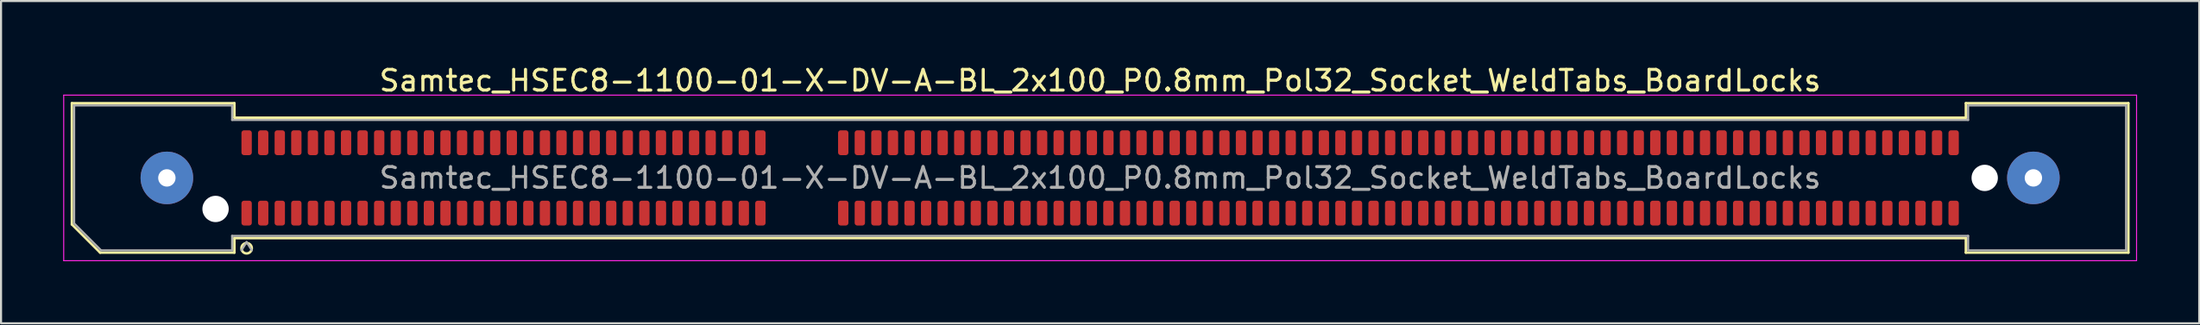
<source format=kicad_pcb>
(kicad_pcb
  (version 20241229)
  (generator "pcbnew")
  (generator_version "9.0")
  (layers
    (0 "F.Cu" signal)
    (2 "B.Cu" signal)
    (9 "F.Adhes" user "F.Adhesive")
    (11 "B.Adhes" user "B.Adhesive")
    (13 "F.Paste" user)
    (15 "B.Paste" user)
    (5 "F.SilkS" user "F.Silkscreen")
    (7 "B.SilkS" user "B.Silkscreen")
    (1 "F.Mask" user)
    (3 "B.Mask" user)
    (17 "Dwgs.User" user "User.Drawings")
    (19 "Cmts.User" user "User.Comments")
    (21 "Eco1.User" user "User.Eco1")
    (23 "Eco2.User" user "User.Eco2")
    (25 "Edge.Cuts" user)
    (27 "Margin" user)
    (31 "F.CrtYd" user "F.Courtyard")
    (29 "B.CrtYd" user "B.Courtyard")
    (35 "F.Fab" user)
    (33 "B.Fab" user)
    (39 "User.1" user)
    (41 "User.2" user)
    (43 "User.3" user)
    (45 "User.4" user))
  (footprint "Samtec_HSEC8-1100-01-X-DV-A-BL_2x100_P0.8mm_Pol32_Socket_WeldTabs_BoardLocks"
    (layer "F.Cu")
    (at 50.055 5.548)
    (property "Reference" "Samtec_HSEC8-1100-01-X-DV-A-BL_2x100_P0.8mm_Pol32_Socket_WeldTabs_BoardLocks" (at 0 -4.7 0) (layer "F.SilkS") (effects (font (size 1 1) (thickness 0.15))))
    (attr smd)
    (fp_line (start -49.635 -3.61) (end -41.79 -3.61) (stroke (width 0.12) (type solid)) (layer "F.SilkS"))
    (fp_line (start -49.635 2.246) (end -49.635 -3.61) (stroke (width 0.12) (type solid)) (layer "F.SilkS"))
    (fp_line (start -48.271 3.61) (end -49.635 2.246) (stroke (width 0.12) (type solid)) (layer "F.SilkS"))
    (fp_line (start -41.79 -3.61) (end -41.79 -2.91) (stroke (width 0.12) (type solid)) (layer "F.SilkS"))
    (fp_line (start -41.79 -2.91) (end 41.79 -2.91) (stroke (width 0.12) (type solid)) (layer "F.SilkS"))
    (fp_line (start -41.79 2.91) (end -41.79 3.61) (stroke (width 0.12) (type solid)) (layer "F.SilkS"))
    (fp_line (start -41.79 3.61) (end -48.271 3.61) (stroke (width 0.12) (type solid)) (layer "F.SilkS"))
    (fp_line (start 41.79 -3.61) (end 49.635 -3.61) (stroke (width 0.12) (type solid)) (layer "F.SilkS"))
    (fp_line (start 41.79 -2.91) (end 41.79 -3.61) (stroke (width 0.12) (type solid)) (layer "F.SilkS"))
    (fp_line (start 41.79 2.91) (end -41.79 2.91) (stroke (width 0.12) (type solid)) (layer "F.SilkS"))
    (fp_line (start 41.79 3.61) (end 41.79 2.91) (stroke (width 0.12) (type solid)) (layer "F.SilkS"))
    (fp_line (start 49.635 -3.61) (end 49.635 3.61) (stroke (width 0.12) (type solid)) (layer "F.SilkS"))
    (fp_line (start 49.635 3.61) (end 41.79 3.61) (stroke (width 0.12) (type solid)) (layer "F.SilkS"))
    (fp_circle (center -41.2 3.4) (end -40.95 3.4) (stroke (width 0.12) (type solid)) (fill no) (layer "F.SilkS"))
    (fp_line (start -50.03 -4) (end -50.03 4) (stroke (width 0.05) (type solid)) (layer "F.CrtYd"))
    (fp_line (start -50.03 4) (end 50.03 4) (stroke (width 0.05) (type solid)) (layer "F.CrtYd"))
    (fp_line (start 50.03 -4) (end -50.03 -4) (stroke (width 0.05) (type solid)) (layer "F.CrtYd"))
    (fp_line (start 50.03 4) (end 50.03 -4) (stroke (width 0.05) (type solid)) (layer "F.CrtYd"))
    (fp_line (start -49.525 -3.5) (end -41.9 -3.5) (stroke (width 0.1) (type solid)) (layer "F.Fab"))
    (fp_line (start -49.525 2.2) (end -49.525 -3.5) (stroke (width 0.1) (type solid)) (layer "F.Fab"))
    (fp_line (start -48.225 3.5) (end -49.525 2.2) (stroke (width 0.1) (type solid)) (layer "F.Fab"))
    (fp_line (start -41.9 -3.5) (end -41.9 -2.8) (stroke (width 0.1) (type solid)) (layer "F.Fab"))
    (fp_line (start -41.9 -2.8) (end 41.9 -2.8) (stroke (width 0.1) (type solid)) (layer "F.Fab"))
    (fp_line (start -41.9 2.8) (end -41.9 3.5) (stroke (width 0.1) (type solid)) (layer "F.Fab"))
    (fp_line (start -41.9 3.5) (end -48.225 3.5) (stroke (width 0.1) (type solid)) (layer "F.Fab"))
    (fp_line (start -41.2 3.1) (end -41.45 3.5) (stroke (width 0.1) (type solid)) (layer "F.Fab"))
    (fp_line (start -41.2 3.1) (end -40.95 3.5) (stroke (width 0.1) (type solid)) (layer "F.Fab"))
    (fp_line (start 41.9 -3.5) (end 49.525 -3.5) (stroke (width 0.1) (type solid)) (layer "F.Fab"))
    (fp_line (start 41.9 -2.8) (end 41.9 -3.5) (stroke (width 0.1) (type solid)) (layer "F.Fab"))
    (fp_line (start 41.9 2.8) (end -41.9 2.8) (stroke (width 0.1) (type solid)) (layer "F.Fab"))
    (fp_line (start 41.9 3.5) (end 41.9 2.8) (stroke (width 0.1) (type solid)) (layer "F.Fab"))
    (fp_line (start 49.525 -3.5) (end 49.525 3.5) (stroke (width 0.1) (type solid)) (layer "F.Fab"))
    (fp_line (start 49.525 3.5) (end 41.9 3.5) (stroke (width 0.1) (type solid)) (layer "F.Fab"))
    (fp_text user "${REFERENCE}" (at 0 0 0) (layer "F.Fab") (effects (font (size 1 1) (thickness 0.15))))
    (pad "" thru_hole circle (at -45.05 0) (size 2.54 2.54) (drill 0.84) (layers "*.Cu" "*.Mask" "F.Paste"))
    (pad "" np_thru_hole circle (at -42.7 1.5) (size 1.27 1.27) (drill 1.27) (layers "*.Cu" "*.Mask"))
    (pad "" np_thru_hole circle (at 42.7 0) (size 1.27 1.27) (drill 1.27) (layers "*.Cu" "*.Mask"))
    (pad "" thru_hole circle (at 45.05 0) (size 2.54 2.54) (drill 0.84) (layers "*.Cu" "*.Mask" "F.Paste"))
    (pad "1" smd roundrect (at -41.2 1.7) (size 0.5 1.2) (layers "F.Cu" "F.Mask" "F.Paste") (roundrect_rratio 0.25))
    (pad "2" smd roundrect (at -41.2 -1.7) (size 0.5 1.2) (layers "F.Cu" "F.Mask" "F.Paste") (roundrect_rratio 0.25))
    (pad "3" smd roundrect (at -40.4 1.7) (size 0.5 1.2) (layers "F.Cu" "F.Mask" "F.Paste") (roundrect_rratio 0.25))
    (pad "4" smd roundrect (at -40.4 -1.7) (size 0.5 1.2) (layers "F.Cu" "F.Mask" "F.Paste") (roundrect_rratio 0.25))
    (pad "5" smd roundrect (at -39.6 1.7) (size 0.5 1.2) (layers "F.Cu" "F.Mask" "F.Paste") (roundrect_rratio 0.25))
    (pad "6" smd roundrect (at -39.6 -1.7) (size 0.5 1.2) (layers "F.Cu" "F.Mask" "F.Paste") (roundrect_rratio 0.25))
    (pad "7" smd roundrect (at -38.8 1.7) (size 0.5 1.2) (layers "F.Cu" "F.Mask" "F.Paste") (roundrect_rratio 0.25))
    (pad "8" smd roundrect (at -38.8 -1.7) (size 0.5 1.2) (layers "F.Cu" "F.Mask" "F.Paste") (roundrect_rratio 0.25))
    (pad "9" smd roundrect (at -38 1.7) (size 0.5 1.2) (layers "F.Cu" "F.Mask" "F.Paste") (roundrect_rratio 0.25))
    (pad "10" smd roundrect (at -38 -1.7) (size 0.5 1.2) (layers "F.Cu" "F.Mask" "F.Paste") (roundrect_rratio 0.25))
    (pad "11" smd roundrect (at -37.2 1.7) (size 0.5 1.2) (layers "F.Cu" "F.Mask" "F.Paste") (roundrect_rratio 0.25))
    (pad "12" smd roundrect (at -37.2 -1.7) (size 0.5 1.2) (layers "F.Cu" "F.Mask" "F.Paste") (roundrect_rratio 0.25))
    (pad "13" smd roundrect (at -36.4 1.7) (size 0.5 1.2) (layers "F.Cu" "F.Mask" "F.Paste") (roundrect_rratio 0.25))
    (pad "14" smd roundrect (at -36.4 -1.7) (size 0.5 1.2) (layers "F.Cu" "F.Mask" "F.Paste") (roundrect_rratio 0.25))
    (pad "15" smd roundrect (at -35.6 1.7) (size 0.5 1.2) (layers "F.Cu" "F.Mask" "F.Paste") (roundrect_rratio 0.25))
    (pad "16" smd roundrect (at -35.6 -1.7) (size 0.5 1.2) (layers "F.Cu" "F.Mask" "F.Paste") (roundrect_rratio 0.25))
    (pad "17" smd roundrect (at -34.8 1.7) (size 0.5 1.2) (layers "F.Cu" "F.Mask" "F.Paste") (roundrect_rratio 0.25))
    (pad "18" smd roundrect (at -34.8 -1.7) (size 0.5 1.2) (layers "F.Cu" "F.Mask" "F.Paste") (roundrect_rratio 0.25))
    (pad "19" smd roundrect (at -34 1.7) (size 0.5 1.2) (layers "F.Cu" "F.Mask" "F.Paste") (roundrect_rratio 0.25))
    (pad "20" smd roundrect (at -34 -1.7) (size 0.5 1.2) (layers "F.Cu" "F.Mask" "F.Paste") (roundrect_rratio 0.25))
    (pad "21" smd roundrect (at -33.2 1.7) (size 0.5 1.2) (layers "F.Cu" "F.Mask" "F.Paste") (roundrect_rratio 0.25))
    (pad "22" smd roundrect (at -33.2 -1.7) (size 0.5 1.2) (layers "F.Cu" "F.Mask" "F.Paste") (roundrect_rratio 0.25))
    (pad "23" smd roundrect (at -32.4 1.7) (size 0.5 1.2) (layers "F.Cu" "F.Mask" "F.Paste") (roundrect_rratio 0.25))
    (pad "24" smd roundrect (at -32.4 -1.7) (size 0.5 1.2) (layers "F.Cu" "F.Mask" "F.Paste") (roundrect_rratio 0.25))
    (pad "25" smd roundrect (at -31.6 1.7) (size 0.5 1.2) (layers "F.Cu" "F.Mask" "F.Paste") (roundrect_rratio 0.25))
    (pad "26" smd roundrect (at -31.6 -1.7) (size 0.5 1.2) (layers "F.Cu" "F.Mask" "F.Paste") (roundrect_rratio 0.25))
    (pad "27" smd roundrect (at -30.8 1.7) (size 0.5 1.2) (layers "F.Cu" "F.Mask" "F.Paste") (roundrect_rratio 0.25))
    (pad "28" smd roundrect (at -30.8 -1.7) (size 0.5 1.2) (layers "F.Cu" "F.Mask" "F.Paste") (roundrect_rratio 0.25))
    (pad "29" smd roundrect (at -30 1.7) (size 0.5 1.2) (layers "F.Cu" "F.Mask" "F.Paste") (roundrect_rratio 0.25))
    (pad "30" smd roundrect (at -30 -1.7) (size 0.5 1.2) (layers "F.Cu" "F.Mask" "F.Paste") (roundrect_rratio 0.25))
    (pad "31" smd roundrect (at -29.2 1.7) (size 0.5 1.2) (layers "F.Cu" "F.Mask" "F.Paste") (roundrect_rratio 0.25))
    (pad "32" smd roundrect (at -29.2 -1.7) (size 0.5 1.2) (layers "F.Cu" "F.Mask" "F.Paste") (roundrect_rratio 0.25))
    (pad "33" smd roundrect (at -28.4 1.7) (size 0.5 1.2) (layers "F.Cu" "F.Mask" "F.Paste") (roundrect_rratio 0.25))
    (pad "34" smd roundrect (at -28.4 -1.7) (size 0.5 1.2) (layers "F.Cu" "F.Mask" "F.Paste") (roundrect_rratio 0.25))
    (pad "35" smd roundrect (at -27.6 1.7) (size 0.5 1.2) (layers "F.Cu" "F.Mask" "F.Paste") (roundrect_rratio 0.25))
    (pad "36" smd roundrect (at -27.6 -1.7) (size 0.5 1.2) (layers "F.Cu" "F.Mask" "F.Paste") (roundrect_rratio 0.25))
    (pad "37" smd roundrect (at -26.8 1.7) (size 0.5 1.2) (layers "F.Cu" "F.Mask" "F.Paste") (roundrect_rratio 0.25))
    (pad "38" smd roundrect (at -26.8 -1.7) (size 0.5 1.2) (layers "F.Cu" "F.Mask" "F.Paste") (roundrect_rratio 0.25))
    (pad "39" smd roundrect (at -26 1.7) (size 0.5 1.2) (layers "F.Cu" "F.Mask" "F.Paste") (roundrect_rratio 0.25))
    (pad "40" smd roundrect (at -26 -1.7) (size 0.5 1.2) (layers "F.Cu" "F.Mask" "F.Paste") (roundrect_rratio 0.25))
    (pad "41" smd roundrect (at -25.2 1.7) (size 0.5 1.2) (layers "F.Cu" "F.Mask" "F.Paste") (roundrect_rratio 0.25))
    (pad "42" smd roundrect (at -25.2 -1.7) (size 0.5 1.2) (layers "F.Cu" "F.Mask" "F.Paste") (roundrect_rratio 0.25))
    (pad "43" smd roundrect (at -24.4 1.7) (size 0.5 1.2) (layers "F.Cu" "F.Mask" "F.Paste") (roundrect_rratio 0.25))
    (pad "44" smd roundrect (at -24.4 -1.7) (size 0.5 1.2) (layers "F.Cu" "F.Mask" "F.Paste") (roundrect_rratio 0.25))
    (pad "45" smd roundrect (at -23.6 1.7) (size 0.5 1.2) (layers "F.Cu" "F.Mask" "F.Paste") (roundrect_rratio 0.25))
    (pad "46" smd roundrect (at -23.6 -1.7) (size 0.5 1.2) (layers "F.Cu" "F.Mask" "F.Paste") (roundrect_rratio 0.25))
    (pad "47" smd roundrect (at -22.8 1.7) (size 0.5 1.2) (layers "F.Cu" "F.Mask" "F.Paste") (roundrect_rratio 0.25))
    (pad "48" smd roundrect (at -22.8 -1.7) (size 0.5 1.2) (layers "F.Cu" "F.Mask" "F.Paste") (roundrect_rratio 0.25))
    (pad "49" smd roundrect (at -22 1.7) (size 0.5 1.2) (layers "F.Cu" "F.Mask" "F.Paste") (roundrect_rratio 0.25))
    (pad "50" smd roundrect (at -22 -1.7) (size 0.5 1.2) (layers "F.Cu" "F.Mask" "F.Paste") (roundrect_rratio 0.25))
    (pad "51" smd roundrect (at -21.2 1.7) (size 0.5 1.2) (layers "F.Cu" "F.Mask" "F.Paste") (roundrect_rratio 0.25))
    (pad "52" smd roundrect (at -21.2 -1.7) (size 0.5 1.2) (layers "F.Cu" "F.Mask" "F.Paste") (roundrect_rratio 0.25))
    (pad "53" smd roundrect (at -20.4 1.7) (size 0.5 1.2) (layers "F.Cu" "F.Mask" "F.Paste") (roundrect_rratio 0.25))
    (pad "54" smd roundrect (at -20.4 -1.7) (size 0.5 1.2) (layers "F.Cu" "F.Mask" "F.Paste") (roundrect_rratio 0.25))
    (pad "55" smd roundrect (at -19.6 1.7) (size 0.5 1.2) (layers "F.Cu" "F.Mask" "F.Paste") (roundrect_rratio 0.25))
    (pad "56" smd roundrect (at -19.6 -1.7) (size 0.5 1.2) (layers "F.Cu" "F.Mask" "F.Paste") (roundrect_rratio 0.25))
    (pad "57" smd roundrect (at -18.8 1.7) (size 0.5 1.2) (layers "F.Cu" "F.Mask" "F.Paste") (roundrect_rratio 0.25))
    (pad "58" smd roundrect (at -18.8 -1.7) (size 0.5 1.2) (layers "F.Cu" "F.Mask" "F.Paste") (roundrect_rratio 0.25))
    (pad "59" smd roundrect (at -18 1.7) (size 0.5 1.2) (layers "F.Cu" "F.Mask" "F.Paste") (roundrect_rratio 0.25))
    (pad "60" smd roundrect (at -18 -1.7) (size 0.5 1.2) (layers "F.Cu" "F.Mask" "F.Paste") (roundrect_rratio 0.25))
    (pad "61" smd roundrect (at -17.2 1.7) (size 0.5 1.2) (layers "F.Cu" "F.Mask" "F.Paste") (roundrect_rratio 0.25))
    (pad "62" smd roundrect (at -17.2 -1.7) (size 0.5 1.2) (layers "F.Cu" "F.Mask" "F.Paste") (roundrect_rratio 0.25))
    (pad "63" smd roundrect (at -16.4 1.7) (size 0.5 1.2) (layers "F.Cu" "F.Mask" "F.Paste") (roundrect_rratio 0.25))
    (pad "64" smd roundrect (at -16.4 -1.7) (size 0.5 1.2) (layers "F.Cu" "F.Mask" "F.Paste") (roundrect_rratio 0.25))
    (pad "65" smd roundrect (at -12.4 1.7) (size 0.5 1.2) (layers "F.Cu" "F.Mask" "F.Paste") (roundrect_rratio 0.25))
    (pad "66" smd roundrect (at -12.4 -1.7) (size 0.5 1.2) (layers "F.Cu" "F.Mask" "F.Paste") (roundrect_rratio 0.25))
    (pad "67" smd roundrect (at -11.6 1.7) (size 0.5 1.2) (layers "F.Cu" "F.Mask" "F.Paste") (roundrect_rratio 0.25))
    (pad "68" smd roundrect (at -11.6 -1.7) (size 0.5 1.2) (layers "F.Cu" "F.Mask" "F.Paste") (roundrect_rratio 0.25))
    (pad "69" smd roundrect (at -10.8 1.7) (size 0.5 1.2) (layers "F.Cu" "F.Mask" "F.Paste") (roundrect_rratio 0.25))
    (pad "70" smd roundrect (at -10.8 -1.7) (size 0.5 1.2) (layers "F.Cu" "F.Mask" "F.Paste") (roundrect_rratio 0.25))
    (pad "71" smd roundrect (at -10 1.7) (size 0.5 1.2) (layers "F.Cu" "F.Mask" "F.Paste") (roundrect_rratio 0.25))
    (pad "72" smd roundrect (at -10 -1.7) (size 0.5 1.2) (layers "F.Cu" "F.Mask" "F.Paste") (roundrect_rratio 0.25))
    (pad "73" smd roundrect (at -9.2 1.7) (size 0.5 1.2) (layers "F.Cu" "F.Mask" "F.Paste") (roundrect_rratio 0.25))
    (pad "74" smd roundrect (at -9.2 -1.7) (size 0.5 1.2) (layers "F.Cu" "F.Mask" "F.Paste") (roundrect_rratio 0.25))
    (pad "75" smd roundrect (at -8.4 1.7) (size 0.5 1.2) (layers "F.Cu" "F.Mask" "F.Paste") (roundrect_rratio 0.25))
    (pad "76" smd roundrect (at -8.4 -1.7) (size 0.5 1.2) (layers "F.Cu" "F.Mask" "F.Paste") (roundrect_rratio 0.25))
    (pad "77" smd roundrect (at -7.6 1.7) (size 0.5 1.2) (layers "F.Cu" "F.Mask" "F.Paste") (roundrect_rratio 0.25))
    (pad "78" smd roundrect (at -7.6 -1.7) (size 0.5 1.2) (layers "F.Cu" "F.Mask" "F.Paste") (roundrect_rratio 0.25))
    (pad "79" smd roundrect (at -6.8 1.7) (size 0.5 1.2) (layers "F.Cu" "F.Mask" "F.Paste") (roundrect_rratio 0.25))
    (pad "80" smd roundrect (at -6.8 -1.7) (size 0.5 1.2) (layers "F.Cu" "F.Mask" "F.Paste") (roundrect_rratio 0.25))
    (pad "81" smd roundrect (at -6 1.7) (size 0.5 1.2) (layers "F.Cu" "F.Mask" "F.Paste") (roundrect_rratio 0.25))
    (pad "82" smd roundrect (at -6 -1.7) (size 0.5 1.2) (layers "F.Cu" "F.Mask" "F.Paste") (roundrect_rratio 0.25))
    (pad "83" smd roundrect (at -5.2 1.7) (size 0.5 1.2) (layers "F.Cu" "F.Mask" "F.Paste") (roundrect_rratio 0.25))
    (pad "84" smd roundrect (at -5.2 -1.7) (size 0.5 1.2) (layers "F.Cu" "F.Mask" "F.Paste") (roundrect_rratio 0.25))
    (pad "85" smd roundrect (at -4.4 1.7) (size 0.5 1.2) (layers "F.Cu" "F.Mask" "F.Paste") (roundrect_rratio 0.25))
    (pad "86" smd roundrect (at -4.4 -1.7) (size 0.5 1.2) (layers "F.Cu" "F.Mask" "F.Paste") (roundrect_rratio 0.25))
    (pad "87" smd roundrect (at -3.6 1.7) (size 0.5 1.2) (layers "F.Cu" "F.Mask" "F.Paste") (roundrect_rratio 0.25))
    (pad "88" smd roundrect (at -3.6 -1.7) (size 0.5 1.2) (layers "F.Cu" "F.Mask" "F.Paste") (roundrect_rratio 0.25))
    (pad "89" smd roundrect (at -2.8 1.7) (size 0.5 1.2) (layers "F.Cu" "F.Mask" "F.Paste") (roundrect_rratio 0.25))
    (pad "90" smd roundrect (at -2.8 -1.7) (size 0.5 1.2) (layers "F.Cu" "F.Mask" "F.Paste") (roundrect_rratio 0.25))
    (pad "91" smd roundrect (at -2 1.7) (size 0.5 1.2) (layers "F.Cu" "F.Mask" "F.Paste") (roundrect_rratio 0.25))
    (pad "92" smd roundrect (at -2 -1.7) (size 0.5 1.2) (layers "F.Cu" "F.Mask" "F.Paste") (roundrect_rratio 0.25))
    (pad "93" smd roundrect (at -1.2 1.7) (size 0.5 1.2) (layers "F.Cu" "F.Mask" "F.Paste") (roundrect_rratio 0.25))
    (pad "94" smd roundrect (at -1.2 -1.7) (size 0.5 1.2) (layers "F.Cu" "F.Mask" "F.Paste") (roundrect_rratio 0.25))
    (pad "95" smd roundrect (at -0.4 1.7) (size 0.5 1.2) (layers "F.Cu" "F.Mask" "F.Paste") (roundrect_rratio 0.25))
    (pad "96" smd roundrect (at -0.4 -1.7) (size 0.5 1.2) (layers "F.Cu" "F.Mask" "F.Paste") (roundrect_rratio 0.25))
    (pad "97" smd roundrect (at 0.4 1.7) (size 0.5 1.2) (layers "F.Cu" "F.Mask" "F.Paste") (roundrect_rratio 0.25))
    (pad "98" smd roundrect (at 0.4 -1.7) (size 0.5 1.2) (layers "F.Cu" "F.Mask" "F.Paste") (roundrect_rratio 0.25))
    (pad "99" smd roundrect (at 1.2 1.7) (size 0.5 1.2) (layers "F.Cu" "F.Mask" "F.Paste") (roundrect_rratio 0.25))
    (pad "100" smd roundrect (at 1.2 -1.7) (size 0.5 1.2) (layers "F.Cu" "F.Mask" "F.Paste") (roundrect_rratio 0.25))
    (pad "101" smd roundrect (at 2 1.7) (size 0.5 1.2) (layers "F.Cu" "F.Mask" "F.Paste") (roundrect_rratio 0.25))
    (pad "102" smd roundrect (at 2 -1.7) (size 0.5 1.2) (layers "F.Cu" "F.Mask" "F.Paste") (roundrect_rratio 0.25))
    (pad "103" smd roundrect (at 2.8 1.7) (size 0.5 1.2) (layers "F.Cu" "F.Mask" "F.Paste") (roundrect_rratio 0.25))
    (pad "104" smd roundrect (at 2.8 -1.7) (size 0.5 1.2) (layers "F.Cu" "F.Mask" "F.Paste") (roundrect_rratio 0.25))
    (pad "105" smd roundrect (at 3.6 1.7) (size 0.5 1.2) (layers "F.Cu" "F.Mask" "F.Paste") (roundrect_rratio 0.25))
    (pad "106" smd roundrect (at 3.6 -1.7) (size 0.5 1.2) (layers "F.Cu" "F.Mask" "F.Paste") (roundrect_rratio 0.25))
    (pad "107" smd roundrect (at 4.4 1.7) (size 0.5 1.2) (layers "F.Cu" "F.Mask" "F.Paste") (roundrect_rratio 0.25))
    (pad "108" smd roundrect (at 4.4 -1.7) (size 0.5 1.2) (layers "F.Cu" "F.Mask" "F.Paste") (roundrect_rratio 0.25))
    (pad "109" smd roundrect (at 5.2 1.7) (size 0.5 1.2) (layers "F.Cu" "F.Mask" "F.Paste") (roundrect_rratio 0.25))
    (pad "110" smd roundrect (at 5.2 -1.7) (size 0.5 1.2) (layers "F.Cu" "F.Mask" "F.Paste") (roundrect_rratio 0.25))
    (pad "111" smd roundrect (at 6 1.7) (size 0.5 1.2) (layers "F.Cu" "F.Mask" "F.Paste") (roundrect_rratio 0.25))
    (pad "112" smd roundrect (at 6 -1.7) (size 0.5 1.2) (layers "F.Cu" "F.Mask" "F.Paste") (roundrect_rratio 0.25))
    (pad "113" smd roundrect (at 6.8 1.7) (size 0.5 1.2) (layers "F.Cu" "F.Mask" "F.Paste") (roundrect_rratio 0.25))
    (pad "114" smd roundrect (at 6.8 -1.7) (size 0.5 1.2) (layers "F.Cu" "F.Mask" "F.Paste") (roundrect_rratio 0.25))
    (pad "115" smd roundrect (at 7.6 1.7) (size 0.5 1.2) (layers "F.Cu" "F.Mask" "F.Paste") (roundrect_rratio 0.25))
    (pad "116" smd roundrect (at 7.6 -1.7) (size 0.5 1.2) (layers "F.Cu" "F.Mask" "F.Paste") (roundrect_rratio 0.25))
    (pad "117" smd roundrect (at 8.4 1.7) (size 0.5 1.2) (layers "F.Cu" "F.Mask" "F.Paste") (roundrect_rratio 0.25))
    (pad "118" smd roundrect (at 8.4 -1.7) (size 0.5 1.2) (layers "F.Cu" "F.Mask" "F.Paste") (roundrect_rratio 0.25))
    (pad "119" smd roundrect (at 9.2 1.7) (size 0.5 1.2) (layers "F.Cu" "F.Mask" "F.Paste") (roundrect_rratio 0.25))
    (pad "120" smd roundrect (at 9.2 -1.7) (size 0.5 1.2) (layers "F.Cu" "F.Mask" "F.Paste") (roundrect_rratio 0.25))
    (pad "121" smd roundrect (at 10 1.7) (size 0.5 1.2) (layers "F.Cu" "F.Mask" "F.Paste") (roundrect_rratio 0.25))
    (pad "122" smd roundrect (at 10 -1.7) (size 0.5 1.2) (layers "F.Cu" "F.Mask" "F.Paste") (roundrect_rratio 0.25))
    (pad "123" smd roundrect (at 10.8 1.7) (size 0.5 1.2) (layers "F.Cu" "F.Mask" "F.Paste") (roundrect_rratio 0.25))
    (pad "124" smd roundrect (at 10.8 -1.7) (size 0.5 1.2) (layers "F.Cu" "F.Mask" "F.Paste") (roundrect_rratio 0.25))
    (pad "125" smd roundrect (at 11.6 1.7) (size 0.5 1.2) (layers "F.Cu" "F.Mask" "F.Paste") (roundrect_rratio 0.25))
    (pad "126" smd roundrect (at 11.6 -1.7) (size 0.5 1.2) (layers "F.Cu" "F.Mask" "F.Paste") (roundrect_rratio 0.25))
    (pad "127" smd roundrect (at 12.4 1.7) (size 0.5 1.2) (layers "F.Cu" "F.Mask" "F.Paste") (roundrect_rratio 0.25))
    (pad "128" smd roundrect (at 12.4 -1.7) (size 0.5 1.2) (layers "F.Cu" "F.Mask" "F.Paste") (roundrect_rratio 0.25))
    (pad "129" smd roundrect (at 13.2 1.7) (size 0.5 1.2) (layers "F.Cu" "F.Mask" "F.Paste") (roundrect_rratio 0.25))
    (pad "130" smd roundrect (at 13.2 -1.7) (size 0.5 1.2) (layers "F.Cu" "F.Mask" "F.Paste") (roundrect_rratio 0.25))
    (pad "131" smd roundrect (at 14 1.7) (size 0.5 1.2) (layers "F.Cu" "F.Mask" "F.Paste") (roundrect_rratio 0.25))
    (pad "132" smd roundrect (at 14 -1.7) (size 0.5 1.2) (layers "F.Cu" "F.Mask" "F.Paste") (roundrect_rratio 0.25))
    (pad "133" smd roundrect (at 14.8 1.7) (size 0.5 1.2) (layers "F.Cu" "F.Mask" "F.Paste") (roundrect_rratio 0.25))
    (pad "134" smd roundrect (at 14.8 -1.7) (size 0.5 1.2) (layers "F.Cu" "F.Mask" "F.Paste") (roundrect_rratio 0.25))
    (pad "135" smd roundrect (at 15.6 1.7) (size 0.5 1.2) (layers "F.Cu" "F.Mask" "F.Paste") (roundrect_rratio 0.25))
    (pad "136" smd roundrect (at 15.6 -1.7) (size 0.5 1.2) (layers "F.Cu" "F.Mask" "F.Paste") (roundrect_rratio 0.25))
    (pad "137" smd roundrect (at 16.4 1.7) (size 0.5 1.2) (layers "F.Cu" "F.Mask" "F.Paste") (roundrect_rratio 0.25))
    (pad "138" smd roundrect (at 16.4 -1.7) (size 0.5 1.2) (layers "F.Cu" "F.Mask" "F.Paste") (roundrect_rratio 0.25))
    (pad "139" smd roundrect (at 17.2 1.7) (size 0.5 1.2) (layers "F.Cu" "F.Mask" "F.Paste") (roundrect_rratio 0.25))
    (pad "140" smd roundrect (at 17.2 -1.7) (size 0.5 1.2) (layers "F.Cu" "F.Mask" "F.Paste") (roundrect_rratio 0.25))
    (pad "141" smd roundrect (at 18 1.7) (size 0.5 1.2) (layers "F.Cu" "F.Mask" "F.Paste") (roundrect_rratio 0.25))
    (pad "142" smd roundrect (at 18 -1.7) (size 0.5 1.2) (layers "F.Cu" "F.Mask" "F.Paste") (roundrect_rratio 0.25))
    (pad "143" smd roundrect (at 18.8 1.7) (size 0.5 1.2) (layers "F.Cu" "F.Mask" "F.Paste") (roundrect_rratio 0.25))
    (pad "144" smd roundrect (at 18.8 -1.7) (size 0.5 1.2) (layers "F.Cu" "F.Mask" "F.Paste") (roundrect_rratio 0.25))
    (pad "145" smd roundrect (at 19.6 1.7) (size 0.5 1.2) (layers "F.Cu" "F.Mask" "F.Paste") (roundrect_rratio 0.25))
    (pad "146" smd roundrect (at 19.6 -1.7) (size 0.5 1.2) (layers "F.Cu" "F.Mask" "F.Paste") (roundrect_rratio 0.25))
    (pad "147" smd roundrect (at 20.4 1.7) (size 0.5 1.2) (layers "F.Cu" "F.Mask" "F.Paste") (roundrect_rratio 0.25))
    (pad "148" smd roundrect (at 20.4 -1.7) (size 0.5 1.2) (layers "F.Cu" "F.Mask" "F.Paste") (roundrect_rratio 0.25))
    (pad "149" smd roundrect (at 21.2 1.7) (size 0.5 1.2) (layers "F.Cu" "F.Mask" "F.Paste") (roundrect_rratio 0.25))
    (pad "150" smd roundrect (at 21.2 -1.7) (size 0.5 1.2) (layers "F.Cu" "F.Mask" "F.Paste") (roundrect_rratio 0.25))
    (pad "151" smd roundrect (at 22 1.7) (size 0.5 1.2) (layers "F.Cu" "F.Mask" "F.Paste") (roundrect_rratio 0.25))
    (pad "152" smd roundrect (at 22 -1.7) (size 0.5 1.2) (layers "F.Cu" "F.Mask" "F.Paste") (roundrect_rratio 0.25))
    (pad "153" smd roundrect (at 22.8 1.7) (size 0.5 1.2) (layers "F.Cu" "F.Mask" "F.Paste") (roundrect_rratio 0.25))
    (pad "154" smd roundrect (at 22.8 -1.7) (size 0.5 1.2) (layers "F.Cu" "F.Mask" "F.Paste") (roundrect_rratio 0.25))
    (pad "155" smd roundrect (at 23.6 1.7) (size 0.5 1.2) (layers "F.Cu" "F.Mask" "F.Paste") (roundrect_rratio 0.25))
    (pad "156" smd roundrect (at 23.6 -1.7) (size 0.5 1.2) (layers "F.Cu" "F.Mask" "F.Paste") (roundrect_rratio 0.25))
    (pad "157" smd roundrect (at 24.4 1.7) (size 0.5 1.2) (layers "F.Cu" "F.Mask" "F.Paste") (roundrect_rratio 0.25))
    (pad "158" smd roundrect (at 24.4 -1.7) (size 0.5 1.2) (layers "F.Cu" "F.Mask" "F.Paste") (roundrect_rratio 0.25))
    (pad "159" smd roundrect (at 25.2 1.7) (size 0.5 1.2) (layers "F.Cu" "F.Mask" "F.Paste") (roundrect_rratio 0.25))
    (pad "160" smd roundrect (at 25.2 -1.7) (size 0.5 1.2) (layers "F.Cu" "F.Mask" "F.Paste") (roundrect_rratio 0.25))
    (pad "161" smd roundrect (at 26 1.7) (size 0.5 1.2) (layers "F.Cu" "F.Mask" "F.Paste") (roundrect_rratio 0.25))
    (pad "162" smd roundrect (at 26 -1.7) (size 0.5 1.2) (layers "F.Cu" "F.Mask" "F.Paste") (roundrect_rratio 0.25))
    (pad "163" smd roundrect (at 26.8 1.7) (size 0.5 1.2) (layers "F.Cu" "F.Mask" "F.Paste") (roundrect_rratio 0.25))
    (pad "164" smd roundrect (at 26.8 -1.7) (size 0.5 1.2) (layers "F.Cu" "F.Mask" "F.Paste") (roundrect_rratio 0.25))
    (pad "165" smd roundrect (at 27.6 1.7) (size 0.5 1.2) (layers "F.Cu" "F.Mask" "F.Paste") (roundrect_rratio 0.25))
    (pad "166" smd roundrect (at 27.6 -1.7) (size 0.5 1.2) (layers "F.Cu" "F.Mask" "F.Paste") (roundrect_rratio 0.25))
    (pad "167" smd roundrect (at 28.4 1.7) (size 0.5 1.2) (layers "F.Cu" "F.Mask" "F.Paste") (roundrect_rratio 0.25))
    (pad "168" smd roundrect (at 28.4 -1.7) (size 0.5 1.2) (layers "F.Cu" "F.Mask" "F.Paste") (roundrect_rratio 0.25))
    (pad "169" smd roundrect (at 29.2 1.7) (size 0.5 1.2) (layers "F.Cu" "F.Mask" "F.Paste") (roundrect_rratio 0.25))
    (pad "170" smd roundrect (at 29.2 -1.7) (size 0.5 1.2) (layers "F.Cu" "F.Mask" "F.Paste") (roundrect_rratio 0.25))
    (pad "171" smd roundrect (at 30 1.7) (size 0.5 1.2) (layers "F.Cu" "F.Mask" "F.Paste") (roundrect_rratio 0.25))
    (pad "172" smd roundrect (at 30 -1.7) (size 0.5 1.2) (layers "F.Cu" "F.Mask" "F.Paste") (roundrect_rratio 0.25))
    (pad "173" smd roundrect (at 30.8 1.7) (size 0.5 1.2) (layers "F.Cu" "F.Mask" "F.Paste") (roundrect_rratio 0.25))
    (pad "174" smd roundrect (at 30.8 -1.7) (size 0.5 1.2) (layers "F.Cu" "F.Mask" "F.Paste") (roundrect_rratio 0.25))
    (pad "175" smd roundrect (at 31.6 1.7) (size 0.5 1.2) (layers "F.Cu" "F.Mask" "F.Paste") (roundrect_rratio 0.25))
    (pad "176" smd roundrect (at 31.6 -1.7) (size 0.5 1.2) (layers "F.Cu" "F.Mask" "F.Paste") (roundrect_rratio 0.25))
    (pad "177" smd roundrect (at 32.4 1.7) (size 0.5 1.2) (layers "F.Cu" "F.Mask" "F.Paste") (roundrect_rratio 0.25))
    (pad "178" smd roundrect (at 32.4 -1.7) (size 0.5 1.2) (layers "F.Cu" "F.Mask" "F.Paste") (roundrect_rratio 0.25))
    (pad "179" smd roundrect (at 33.2 1.7) (size 0.5 1.2) (layers "F.Cu" "F.Mask" "F.Paste") (roundrect_rratio 0.25))
    (pad "180" smd roundrect (at 33.2 -1.7) (size 0.5 1.2) (layers "F.Cu" "F.Mask" "F.Paste") (roundrect_rratio 0.25))
    (pad "181" smd roundrect (at 34 1.7) (size 0.5 1.2) (layers "F.Cu" "F.Mask" "F.Paste") (roundrect_rratio 0.25))
    (pad "182" smd roundrect (at 34 -1.7) (size 0.5 1.2) (layers "F.Cu" "F.Mask" "F.Paste") (roundrect_rratio 0.25))
    (pad "183" smd roundrect (at 34.8 1.7) (size 0.5 1.2) (layers "F.Cu" "F.Mask" "F.Paste") (roundrect_rratio 0.25))
    (pad "184" smd roundrect (at 34.8 -1.7) (size 0.5 1.2) (layers "F.Cu" "F.Mask" "F.Paste") (roundrect_rratio 0.25))
    (pad "185" smd roundrect (at 35.6 1.7) (size 0.5 1.2) (layers "F.Cu" "F.Mask" "F.Paste") (roundrect_rratio 0.25))
    (pad "186" smd roundrect (at 35.6 -1.7) (size 0.5 1.2) (layers "F.Cu" "F.Mask" "F.Paste") (roundrect_rratio 0.25))
    (pad "187" smd roundrect (at 36.4 1.7) (size 0.5 1.2) (layers "F.Cu" "F.Mask" "F.Paste") (roundrect_rratio 0.25))
    (pad "188" smd roundrect (at 36.4 -1.7) (size 0.5 1.2) (layers "F.Cu" "F.Mask" "F.Paste") (roundrect_rratio 0.25))
    (pad "189" smd roundrect (at 37.2 1.7) (size 0.5 1.2) (layers "F.Cu" "F.Mask" "F.Paste") (roundrect_rratio 0.25))
    (pad "190" smd roundrect (at 37.2 -1.7) (size 0.5 1.2) (layers "F.Cu" "F.Mask" "F.Paste") (roundrect_rratio 0.25))
    (pad "191" smd roundrect (at 38 1.7) (size 0.5 1.2) (layers "F.Cu" "F.Mask" "F.Paste") (roundrect_rratio 0.25))
    (pad "192" smd roundrect (at 38 -1.7) (size 0.5 1.2) (layers "F.Cu" "F.Mask" "F.Paste") (roundrect_rratio 0.25))
    (pad "193" smd roundrect (at 38.8 1.7) (size 0.5 1.2) (layers "F.Cu" "F.Mask" "F.Paste") (roundrect_rratio 0.25))
    (pad "194" smd roundrect (at 38.8 -1.7) (size 0.5 1.2) (layers "F.Cu" "F.Mask" "F.Paste") (roundrect_rratio 0.25))
    (pad "195" smd roundrect (at 39.6 1.7) (size 0.5 1.2) (layers "F.Cu" "F.Mask" "F.Paste") (roundrect_rratio 0.25))
    (pad "196" smd roundrect (at 39.6 -1.7) (size 0.5 1.2) (layers "F.Cu" "F.Mask" "F.Paste") (roundrect_rratio 0.25))
    (pad "197" smd roundrect (at 40.4 1.7) (size 0.5 1.2) (layers "F.Cu" "F.Mask" "F.Paste") (roundrect_rratio 0.25))
    (pad "198" smd roundrect (at 40.4 -1.7) (size 0.5 1.2) (layers "F.Cu" "F.Mask" "F.Paste") (roundrect_rratio 0.25))
    (pad "199" smd roundrect (at 41.2 1.7) (size 0.5 1.2) (layers "F.Cu" "F.Mask" "F.Paste") (roundrect_rratio 0.25))
    (pad "200" smd roundrect (at 41.2 -1.7) (size 0.5 1.2) (layers "F.Cu" "F.Mask" "F.Paste") (roundrect_rratio 0.25)))
  (gr_rect
    (start -3 -3)
    (end 103.11 12.573)
    (stroke (width 0.1) (type default))
    (fill no)
    (layer "Edge.Cuts")))
</source>
